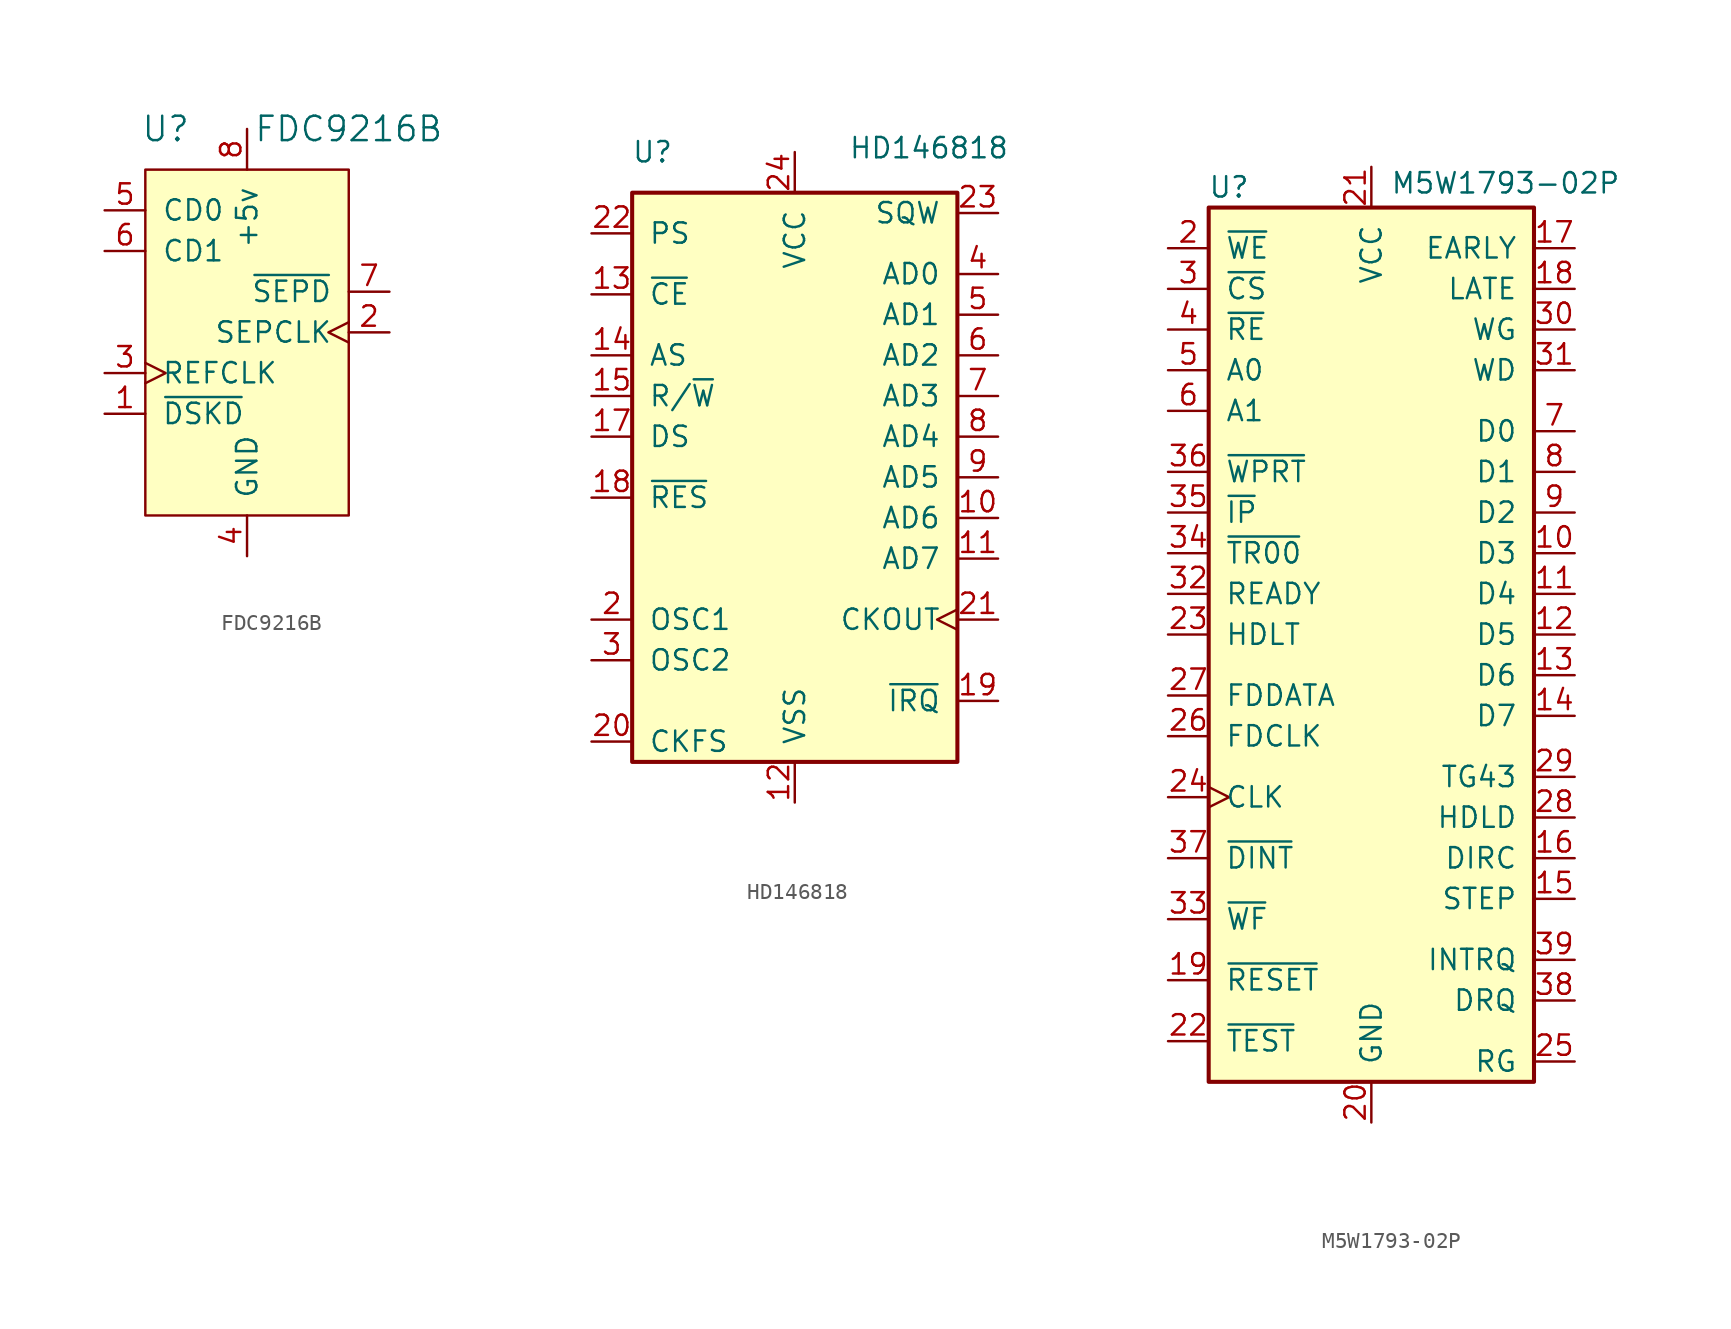
<source format=kicad_sym>
(kicad_symbol_lib
  (version 20211014)
  (generator kicad_symbol_editor)
  (symbol "FDC9216B"
    (pin_names
      (offset 1.016))
    (property "Reference" "U"
      (at -5.08 13.97 0)
      (effects (font (size 1.524 1.524))))
    (property "Value" "FDC9216B"
      (at 6.35 13.97 0)
      (effects (font (size 1.524 1.524))))
    (property "Footprint" ""
      (at 0 -1.27 0)
      (effects (font (size 1.524 1.524))))
    (property "Datasheet" ""
      (at 0 -1.27 0)
      (effects (font (size 1.524 1.524))))
    (symbol "FDC9216B_0_1"
      (rectangle (start -6.35 11.43) (end 6.35 -10.16) (stroke (width 0) (type default) (color 0 0 0 0)) (fill (type background))))
    (symbol "FDC9216B_1_1"
      (pin input line (at -8.89 -3.81 0) (length 2.54) (name "~{DSKD}" (effects (font (size 1.27 1.27)))) (number "1" (effects (font (size 1.27 1.27)))))
      (pin output clock (at 8.89 1.27 180) (length 2.54) (name "SEPCLK" (effects (font (size 1.27 1.27)))) (number "2" (effects (font (size 1.27 1.27)))))
      (pin input clock (at -8.89 -1.27 0) (length 2.54) (name "REFCLK" (effects (font (size 1.27 1.27)))) (number "3" (effects (font (size 1.27 1.27)))))
      (pin power_in line (at 0 -12.7 90) (length 2.54) (name "GND" (effects (font (size 1.27 1.27)))) (number "4" (effects (font (size 1.27 1.27)))))
      (pin input line (at -8.89 8.89 0) (length 2.54) (name "CD0" (effects (font (size 1.27 1.27)))) (number "5" (effects (font (size 1.27 1.27)))))
      (pin input line (at -8.89 6.35 0) (length 2.54) (name "CD1" (effects (font (size 1.27 1.27)))) (number "6" (effects (font (size 1.27 1.27)))))
      (pin output line (at 8.89 3.81 180) (length 2.54) (name "~{SEPD}" (effects (font (size 1.27 1.27)))) (number "7" (effects (font (size 1.27 1.27)))))
      (pin power_in line (at 0 13.97 270) (length 2.54) (name "+5v" (effects (font (size 1.27 1.27)))) (number "8" (effects (font (size 1.27 1.27)))))))
  (symbol "HD146818"
    (pin_names
      (offset 1.016))
    (property "Reference" "U"
      (at -8.89 20.32 0)
      (effects (font (size 1.27 1.27))))
    (property "Value" "HD146818"
      (at 8.382 20.574 0)
      (effects (font (size 1.27 1.27))))
    (symbol "HD146818_0_1"
      (rectangle (start -10.16 17.78) (end 10.16 -17.78) (stroke (width 0.254) (type default) (color 0 0 0 0)) (fill (type background))))
    (symbol "HD146818_1_1"
      (pin no_connect line (at -3.81 20.32 270) (length 2.54) hide (name "NC" (effects (font (size 1.27 1.27)))) (number "1" (effects (font (size 1.27 1.27)))))
      (pin bidirectional line (at 12.7 -2.54 180) (length 2.54) (name "AD6" (effects (font (size 1.27 1.27)))) (number "10" (effects (font (size 1.27 1.27)))))
      (pin bidirectional line (at 12.7 -5.08 180) (length 2.54) (name "AD7" (effects (font (size 1.27 1.27)))) (number "11" (effects (font (size 1.27 1.27)))))
      (pin power_in line (at 0 -20.32 90) (length 2.54) (name "VSS" (effects (font (size 1.27 1.27)))) (number "12" (effects (font (size 1.27 1.27)))))
      (pin input line (at -12.7 11.43 0) (length 2.54) (name "~{CE}" (effects (font (size 1.27 1.27)))) (number "13" (effects (font (size 1.27 1.27)))))
      (pin input line (at -12.7 7.62 0) (length 2.54) (name "AS" (effects (font (size 1.27 1.27)))) (number "14" (effects (font (size 1.27 1.27)))))
      (pin input line (at -12.7 5.08 0) (length 2.54) (name "R/~{W}" (effects (font (size 1.27 1.27)))) (number "15" (effects (font (size 1.27 1.27)))))
      (pin no_connect line (at -3.81 -20.32 90) (length 2.54) hide (name "NC" (effects (font (size 1.27 1.27)))) (number "16" (effects (font (size 1.27 1.27)))))
      (pin input line (at -12.7 2.54 0) (length 2.54) (name "DS" (effects (font (size 1.27 1.27)))) (number "17" (effects (font (size 1.27 1.27)))))
      (pin input line (at -12.7 -1.27 0) (length 2.54) (name "~{RES}" (effects (font (size 1.27 1.27)))) (number "18" (effects (font (size 1.27 1.27)))))
      (pin output line (at 12.7 -13.97 180) (length 2.54) (name "~{IRQ}" (effects (font (size 1.27 1.27)))) (number "19" (effects (font (size 1.27 1.27)))))
      (pin input line (at -12.7 -8.89 0) (length 2.54) (name "OSC1" (effects (font (size 1.27 1.27)))) (number "2" (effects (font (size 1.27 1.27)))))
      (pin input line (at -12.7 -16.51 0) (length 2.54) (name "CKFS" (effects (font (size 1.27 1.27)))) (number "20" (effects (font (size 1.27 1.27)))))
      (pin output clock (at 12.7 -8.89 180) (length 2.54) (name "CKOUT" (effects (font (size 1.27 1.27)))) (number "21" (effects (font (size 1.27 1.27)))))
      (pin input line (at -12.7 15.24 0) (length 2.54) (name "PS" (effects (font (size 1.27 1.27)))) (number "22" (effects (font (size 1.27 1.27)))))
      (pin output line (at 12.7 16.51 180) (length 2.54) (name "SQW" (effects (font (size 1.27 1.27)))) (number "23" (effects (font (size 1.27 1.27)))))
      (pin power_in line (at 0 20.32 270) (length 2.54) (name "VCC" (effects (font (size 1.27 1.27)))) (number "24" (effects (font (size 1.27 1.27)))))
      (pin output line (at -12.7 -11.43 0) (length 2.54) (name "OSC2" (effects (font (size 1.27 1.27)))) (number "3" (effects (font (size 1.27 1.27)))))
      (pin bidirectional line (at 12.7 12.7 180) (length 2.54) (name "AD0" (effects (font (size 1.27 1.27)))) (number "4" (effects (font (size 1.27 1.27)))))
      (pin bidirectional line (at 12.7 10.16 180) (length 2.54) (name "AD1" (effects (font (size 1.27 1.27)))) (number "5" (effects (font (size 1.27 1.27)))))
      (pin bidirectional line (at 12.7 7.62 180) (length 2.54) (name "AD2" (effects (font (size 1.27 1.27)))) (number "6" (effects (font (size 1.27 1.27)))))
      (pin bidirectional line (at 12.7 5.08 180) (length 2.54) (name "AD3" (effects (font (size 1.27 1.27)))) (number "7" (effects (font (size 1.27 1.27)))))
      (pin bidirectional line (at 12.7 2.54 180) (length 2.54) (name "AD4" (effects (font (size 1.27 1.27)))) (number "8" (effects (font (size 1.27 1.27)))))
      (pin bidirectional line (at 12.7 0 180) (length 2.54) (name "AD5" (effects (font (size 1.27 1.27)))) (number "9" (effects (font (size 1.27 1.27)))))))
  (symbol "M5W1793-02P"
    (pin_names
      (offset 1.016))
    (property "Reference" "U"
      (at -8.89 27.94 0)
      (effects (font (size 1.27 1.27))))
    (property "Value" "M5W1793-02P"
      (at 8.382 28.194 0)
      (effects (font (size 1.27 1.27))))
    (symbol "M5W1793-02P_0_1"
      (rectangle (start -10.16 26.67) (end 10.16 -27.94) (stroke (width 0.254) (type default) (color 0 0 0 0)) (fill (type background))))
    (symbol "M5W1793-02P_1_1"
      (pin no_connect line (at -2.54 -30.48 90) (length 2.54) hide (name "NC" (effects (font (size 1.27 1.27)))) (number "1" (effects (font (size 1.27 1.27)))))
      (pin tri_state line (at 12.7 5.08 180) (length 2.54) (name "D3" (effects (font (size 1.27 1.27)))) (number "10" (effects (font (size 1.27 1.27)))))
      (pin tri_state line (at 12.7 2.54 180) (length 2.54) (name "D4" (effects (font (size 1.27 1.27)))) (number "11" (effects (font (size 1.27 1.27)))))
      (pin tri_state line (at 12.7 0 180) (length 2.54) (name "D5" (effects (font (size 1.27 1.27)))) (number "12" (effects (font (size 1.27 1.27)))))
      (pin tri_state line (at 12.7 -2.54 180) (length 2.54) (name "D6" (effects (font (size 1.27 1.27)))) (number "13" (effects (font (size 1.27 1.27)))))
      (pin tri_state line (at 12.7 -5.08 180) (length 2.54) (name "D7" (effects (font (size 1.27 1.27)))) (number "14" (effects (font (size 1.27 1.27)))))
      (pin output line (at 12.7 -16.51 180) (length 2.54) (name "STEP" (effects (font (size 1.27 1.27)))) (number "15" (effects (font (size 1.27 1.27)))))
      (pin output line (at 12.7 -13.97 180) (length 2.54) (name "DIRC" (effects (font (size 1.27 1.27)))) (number "16" (effects (font (size 1.27 1.27)))))
      (pin output line (at 12.7 24.13 180) (length 2.54) (name "EARLY" (effects (font (size 1.27 1.27)))) (number "17" (effects (font (size 1.27 1.27)))))
      (pin output line (at 12.7 21.59 180) (length 2.54) (name "LATE" (effects (font (size 1.27 1.27)))) (number "18" (effects (font (size 1.27 1.27)))))
      (pin input line (at -12.7 -21.59 0) (length 2.54) (name "~{RESET}" (effects (font (size 1.27 1.27)))) (number "19" (effects (font (size 1.27 1.27)))))
      (pin input line (at -12.7 24.13 0) (length 2.54) (name "~{WE}" (effects (font (size 1.27 1.27)))) (number "2" (effects (font (size 1.27 1.27)))))
      (pin power_in line (at 0 -30.48 90) (length 2.54) (name "GND" (effects (font (size 1.27 1.27)))) (number "20" (effects (font (size 1.27 1.27)))))
      (pin power_in line (at 0 29.21 270) (length 2.54) (name "VCC" (effects (font (size 1.27 1.27)))) (number "21" (effects (font (size 1.27 1.27)))))
      (pin input line (at -12.7 -25.4 0) (length 2.54) (name "~{TEST}" (effects (font (size 1.27 1.27)))) (number "22" (effects (font (size 1.27 1.27)))))
      (pin input line (at -12.7 0 0) (length 2.54) (name "HDLT" (effects (font (size 1.27 1.27)))) (number "23" (effects (font (size 1.27 1.27)))))
      (pin input clock (at -12.7 -10.16 0) (length 2.54) (name "CLK" (effects (font (size 1.27 1.27)))) (number "24" (effects (font (size 1.27 1.27)))))
      (pin output line (at 12.7 -26.67 180) (length 2.54) (name "RG" (effects (font (size 1.27 1.27)))) (number "25" (effects (font (size 1.27 1.27)))))
      (pin input line (at -12.7 -6.35 0) (length 2.54) (name "FDCLK" (effects (font (size 1.27 1.27)))) (number "26" (effects (font (size 1.27 1.27)))))
      (pin input line (at -12.7 -3.81 0) (length 2.54) (name "FDDATA" (effects (font (size 1.27 1.27)))) (number "27" (effects (font (size 1.27 1.27)))))
      (pin output line (at 12.7 -11.43 180) (length 2.54) (name "HDLD" (effects (font (size 1.27 1.27)))) (number "28" (effects (font (size 1.27 1.27)))))
      (pin output line (at 12.7 -8.89 180) (length 2.54) (name "TG43" (effects (font (size 1.27 1.27)))) (number "29" (effects (font (size 1.27 1.27)))))
      (pin input line (at -12.7 21.59 0) (length 2.54) (name "~{CS}" (effects (font (size 1.27 1.27)))) (number "3" (effects (font (size 1.27 1.27)))))
      (pin output line (at 12.7 19.05 180) (length 2.54) (name "WG" (effects (font (size 1.27 1.27)))) (number "30" (effects (font (size 1.27 1.27)))))
      (pin output line (at 12.7 16.51 180) (length 2.54) (name "WD" (effects (font (size 1.27 1.27)))) (number "31" (effects (font (size 1.27 1.27)))))
      (pin input line (at -12.7 2.54 0) (length 2.54) (name "READY" (effects (font (size 1.27 1.27)))) (number "32" (effects (font (size 1.27 1.27)))))
      (pin bidirectional line (at -12.7 -17.78 0) (length 2.54) (name "~{WF}" (effects (font (size 1.27 1.27)))) (number "33" (effects (font (size 1.27 1.27)))))
      (pin input line (at -12.7 5.08 0) (length 2.54) (name "~{TR00}" (effects (font (size 1.27 1.27)))) (number "34" (effects (font (size 1.27 1.27)))))
      (pin input line (at -12.7 7.62 0) (length 2.54) (name "~{IP}" (effects (font (size 1.27 1.27)))) (number "35" (effects (font (size 1.27 1.27)))))
      (pin input line (at -12.7 10.16 0) (length 2.54) (name "~{WPRT}" (effects (font (size 1.27 1.27)))) (number "36" (effects (font (size 1.27 1.27)))))
      (pin input line (at -12.7 -13.97 0) (length 2.54) (name "~{DINT}" (effects (font (size 1.27 1.27)))) (number "37" (effects (font (size 1.27 1.27)))))
      (pin output line (at 12.7 -22.86 180) (length 2.54) (name "DRQ" (effects (font (size 1.27 1.27)))) (number "38" (effects (font (size 1.27 1.27)))))
      (pin output line (at 12.7 -20.32 180) (length 2.54) (name "INTRQ" (effects (font (size 1.27 1.27)))) (number "39" (effects (font (size 1.27 1.27)))))
      (pin input line (at -12.7 19.05 0) (length 2.54) (name "~{RE}" (effects (font (size 1.27 1.27)))) (number "4" (effects (font (size 1.27 1.27)))))
      (pin no_connect line (at -2.54 29.21 270) (length 2.54) hide (name "NC" (effects (font (size 1.27 1.27)))) (number "40" (effects (font (size 1.27 1.27)))))
      (pin input line (at -12.7 16.51 0) (length 2.54) (name "A0" (effects (font (size 1.27 1.27)))) (number "5" (effects (font (size 1.27 1.27)))))
      (pin input line (at -12.7 13.97 0) (length 2.54) (name "A1" (effects (font (size 1.27 1.27)))) (number "6" (effects (font (size 1.27 1.27)))))
      (pin tri_state line (at 12.7 12.7 180) (length 2.54) (name "D0" (effects (font (size 1.27 1.27)))) (number "7" (effects (font (size 1.27 1.27)))))
      (pin tri_state line (at 12.7 10.16 180) (length 2.54) (name "D1" (effects (font (size 1.27 1.27)))) (number "8" (effects (font (size 1.27 1.27)))))
      (pin tri_state line (at 12.7 7.62 180) (length 2.54) (name "D2" (effects (font (size 1.27 1.27)))) (number "9" (effects (font (size 1.27 1.27))))))))
</source>
